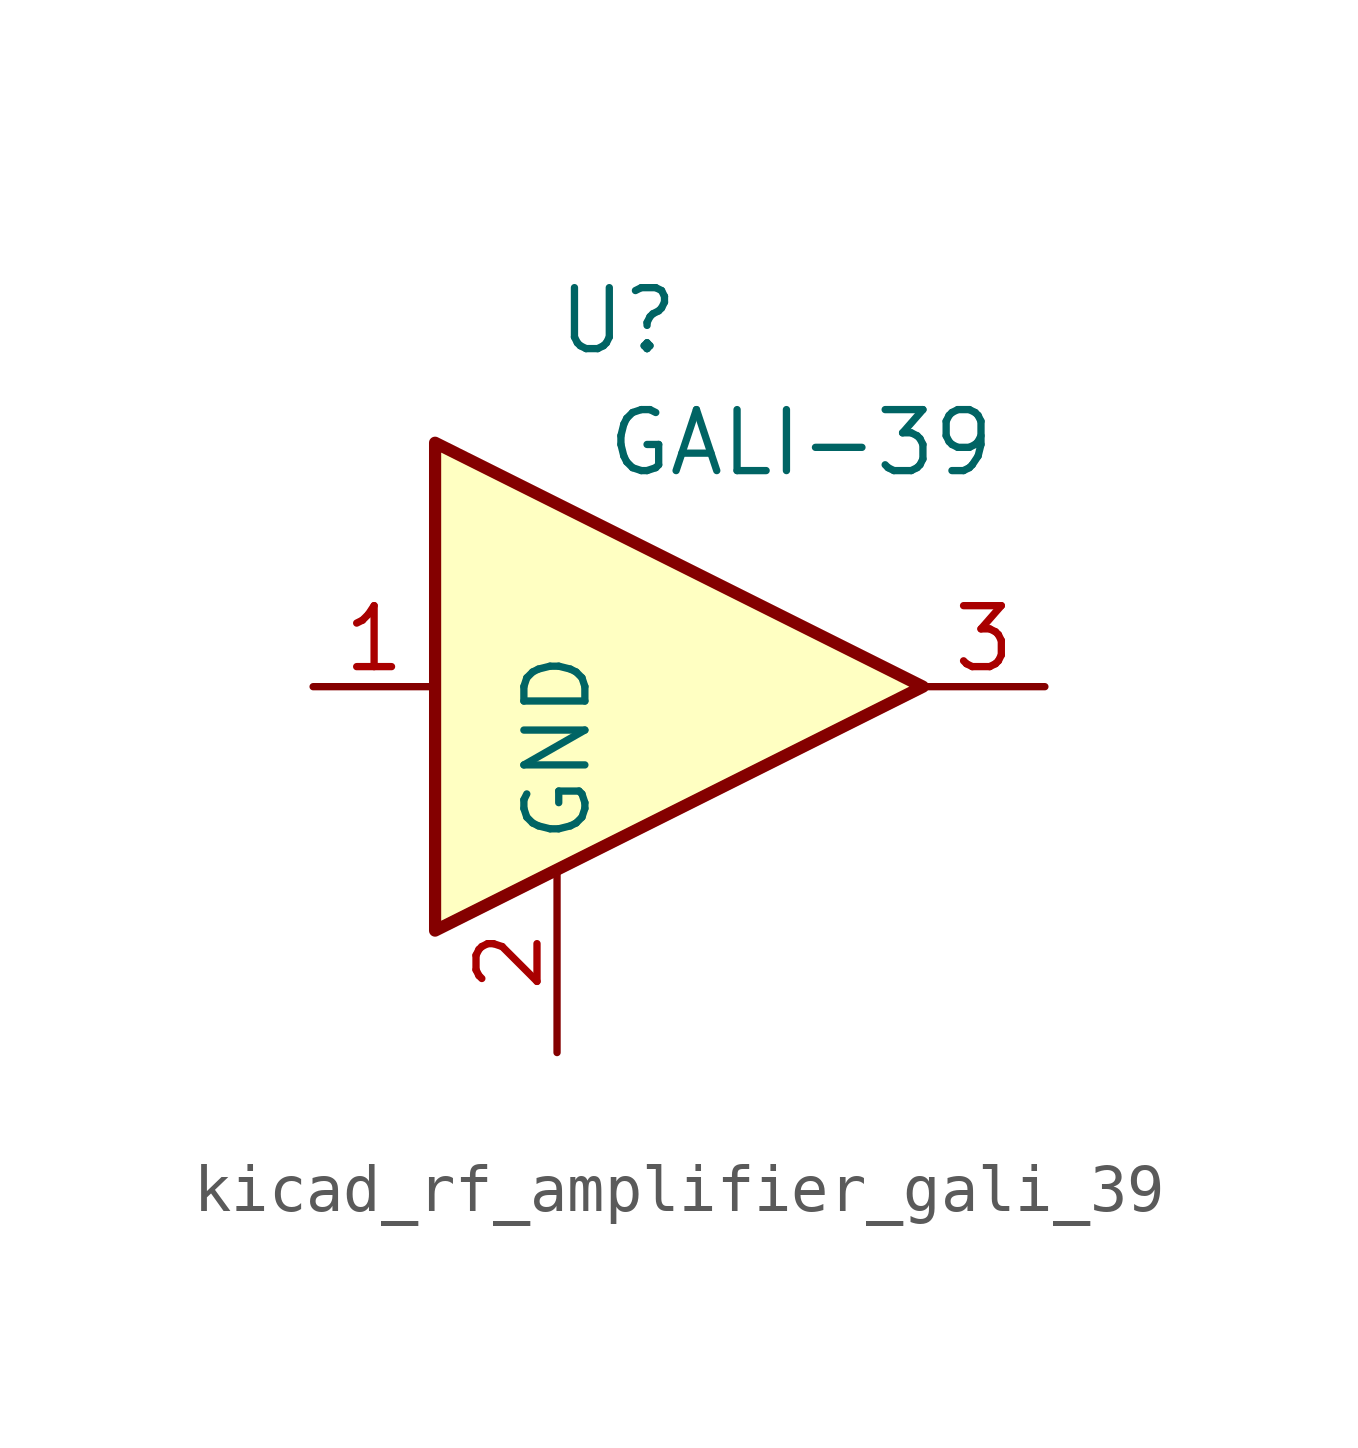
<source format=kicad_sym>
(kicad_symbol_lib
  (version 20220914)
  (generator kicad_symbol_editor)
  (symbol "kicad_rf_amplifier_gali_39"
    (property "Reference" "U"
      (at -1.27 7.62 0)
      (effects (font (size 1.27 1.27))))
    (property "Value" "GALI-39"
      (at 2.54 5.08 0)
      (effects (font (size 1.27 1.27))))
    (symbol "kicad_rf_amplifier_gali_39_0_1"
      (polyline (pts (xy 5.08 0) (xy -5.08 5.08) (xy -5.08 -5.08) (xy 5.08 0)) (stroke (width 0.254) (type default)) (fill (type background))))
    (symbol "kicad_rf_amplifier_gali_39_1_1"
      (pin input line (at -7.62 0 0) (length 2.54) (name "~" (effects (font (size 1.27 1.27)))) (number "1" (effects (font (size 1.27 1.27)))))
      (pin power_in line (at -2.54 -7.62 90) (length 3.81) (name "GND" (effects (font (size 1.27 1.27)))) (number "2" (effects (font (size 1.27 1.27)))))
      (pin output line (at 7.62 0 180) (length 2.54) (name "~" (effects (font (size 1.27 1.27)))) (number "3" (effects (font (size 1.27 1.27))))))))
</source>
